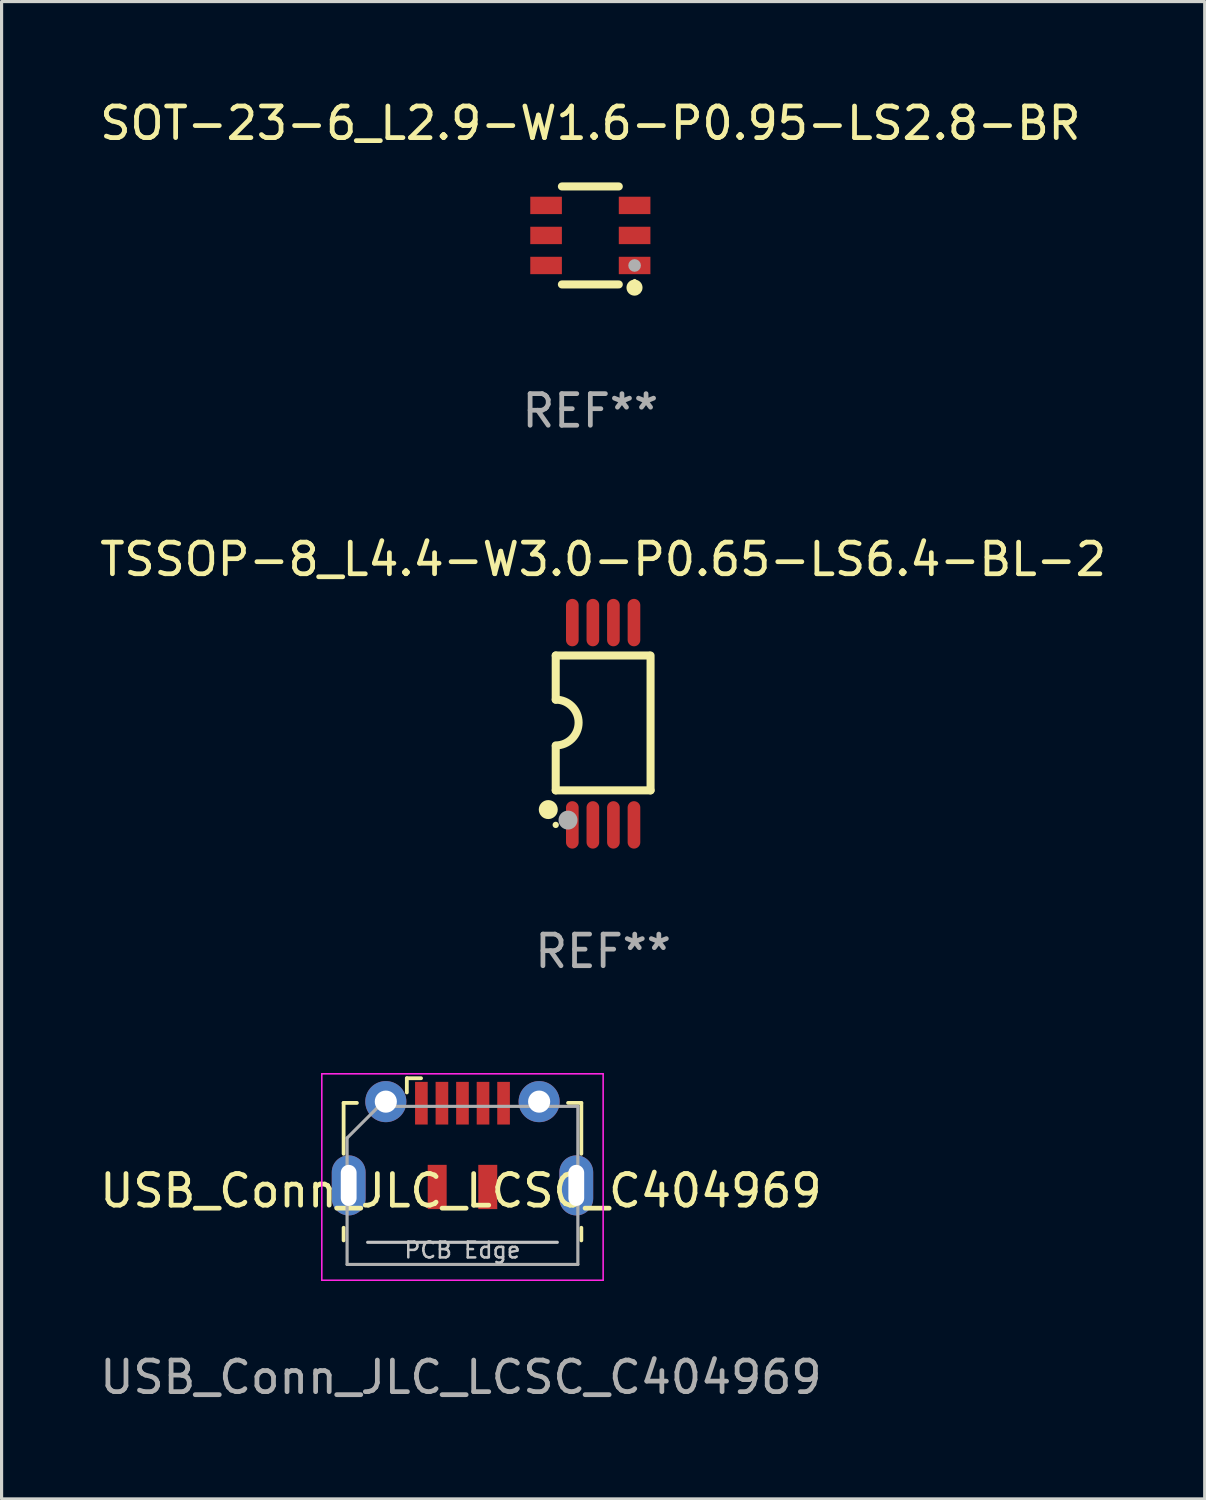
<source format=kicad_pcb>
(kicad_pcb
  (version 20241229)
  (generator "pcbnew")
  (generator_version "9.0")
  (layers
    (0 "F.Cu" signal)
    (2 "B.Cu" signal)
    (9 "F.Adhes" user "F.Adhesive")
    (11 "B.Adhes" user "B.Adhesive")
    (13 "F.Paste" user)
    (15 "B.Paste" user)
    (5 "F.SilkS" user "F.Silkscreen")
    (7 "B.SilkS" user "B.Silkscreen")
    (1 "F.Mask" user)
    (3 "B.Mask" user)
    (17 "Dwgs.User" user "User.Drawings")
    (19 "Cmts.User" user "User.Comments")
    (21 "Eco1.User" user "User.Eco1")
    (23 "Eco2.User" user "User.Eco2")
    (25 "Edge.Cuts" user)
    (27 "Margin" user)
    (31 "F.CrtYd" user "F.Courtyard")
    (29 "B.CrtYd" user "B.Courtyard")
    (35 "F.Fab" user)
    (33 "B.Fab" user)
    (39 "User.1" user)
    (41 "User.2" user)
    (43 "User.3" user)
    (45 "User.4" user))
  (footprint "USB_Conn_JLC_LCSC_C404969"
    (layer "F.Cu")
    (at 11.53 35.119)
    (property "Reference" "USB_Conn_JLC_LCSC_C404969" (at 0 -0.5 0) (unlocked yes) (layer "F.SilkS") (effects (font (size 1 1) (thickness 0.15))))
    (attr smd)
    (fp_line (start -3.71 -3.28) (end -3.29 -3.28) (stroke (width 0.12) (type solid)) (layer "F.SilkS"))
    (fp_line (start -3.71 -1.67) (end -3.71 -3.28) (stroke (width 0.12) (type solid)) (layer "F.SilkS"))
    (fp_line (start -3.71 1.07) (end -3.71 0.67) (stroke (width 0.12) (type solid)) (layer "F.SilkS"))
    (fp_line (start -1.71 -3.61) (end -1.71 -4.06) (stroke (width 0.12) (type solid)) (layer "F.SilkS"))
    (fp_line (start -1.26 -4.06) (end -1.71 -4.06) (stroke (width 0.12) (type solid)) (layer "F.SilkS"))
    (fp_line (start 3.81 -3.28) (end 3.39 -3.28) (stroke (width 0.12) (type solid)) (layer "F.SilkS"))
    (fp_line (start 3.81 -1.67) (end 3.81 -3.28) (stroke (width 0.12) (type solid)) (layer "F.SilkS"))
    (fp_line (start 3.81 0.67) (end 3.81 1.07) (stroke (width 0.12) (type solid)) (layer "F.SilkS"))
    (fp_line (start 3.05 1.13) (end -2.95 1.13) (stroke (width 0.1) (type solid)) (layer "Dwgs.User"))
    (fp_line (start -4.4 -4.2) (end -4.4 2.33) (stroke (width 0.05) (type solid)) (layer "F.CrtYd"))
    (fp_line (start -4.4 -4.2) (end 4.5 -4.2) (stroke (width 0.05) (type solid)) (layer "F.CrtYd"))
    (fp_line (start -4.4 2.33) (end 4.5 2.33) (stroke (width 0.05) (type solid)) (layer "F.CrtYd"))
    (fp_line (start 4.5 -4.2) (end 4.5 2.33) (stroke (width 0.05) (type solid)) (layer "F.CrtYd"))
    (fp_line (start -3.6 -2.17) (end -2.6 -3.17) (stroke (width 0.1) (type solid)) (layer "F.Fab"))
    (fp_line (start -3.6 1.83) (end -3.6 -2.17) (stroke (width 0.1) (type solid)) (layer "F.Fab"))
    (fp_line (start -2.6 -3.17) (end 3.7 -3.17) (stroke (width 0.1) (type solid)) (layer "F.Fab"))
    (fp_line (start 3.7 -3.17) (end 3.7 1.83) (stroke (width 0.1) (type solid)) (layer "F.Fab"))
    (fp_line (start 3.7 1.83) (end -3.6 1.83) (stroke (width 0.1) (type solid)) (layer "F.Fab"))
    (fp_text user "PCB Edge" (at 0.05 1.38 0) (layer "Dwgs.User") (effects (font (size 0.5 0.5) (thickness 0.08))))
    (fp_text user "${REFERENCE}" (at 0 5.4 0) (unlocked yes) (layer "F.Fab") (effects (font (size 1 1) (thickness 0.15))))
    (pad "" smd oval (at -3.55 -0.67) (size 1.07 1.9) (layers "F.Paste"))
    (pad "" smd circle (at -2.375 -3.32) (size 1.3 1.3) (layers "F.Paste"))
    (pad "" smd circle (at 2.475 -3.32) (size 1.3 1.3) (layers "F.Paste"))
    (pad "" smd oval (at 3.65 -0.67) (size 1.07 1.9) (layers "F.Paste"))
    (pad "1" smd rect (at -1.25 -3.27) (size 0.4 1.35) (layers "F.Cu" "F.Mask" "F.Paste"))
    (pad "2" smd rect (at -0.6 -3.27) (size 0.4 1.35) (layers "F.Cu" "F.Mask" "F.Paste"))
    (pad "3" smd rect (at 0.05 -3.27) (size 0.4 1.35) (layers "F.Cu" "F.Mask" "F.Paste"))
    (pad "4" smd rect (at 0.7 -3.27) (size 0.4 1.35) (layers "F.Cu" "F.Mask" "F.Paste"))
    (pad "5" smd rect (at 1.35 -3.27) (size 0.4 1.35) (layers "F.Cu" "F.Mask" "F.Paste"))
    (pad "6" thru_hole oval (at -3.55 -0.67) (size 1.07 1.9) (drill oval 0.5 1.3) (layers "*.Cu" "*.Mask"))
    (pad "6" thru_hole oval (at -2.375 -3.32) (size 1.3 1.3) (drill 0.7) (layers "*.Cu" "*.Mask"))
    (pad "6" smd rect (at -0.75 -0.62) (size 0.6 1.4) (layers "F.Cu" "F.Mask" "F.Paste"))
    (pad "6" smd rect (at 0.85 -0.62) (size 0.6 1.4) (layers "F.Cu" "F.Mask" "F.Paste"))
    (pad "6" thru_hole oval (at 2.475 -3.32) (size 1.3 1.3) (drill 0.7) (layers "*.Cu" "*.Mask"))
    (pad "6" thru_hole oval (at 3.65 -0.67) (size 1.07 1.9) (drill oval 0.5 1.3) (layers "*.Cu" "*.Mask")))
  (footprint "TSSOP-8_L4.4-W3.0-P0.65-LS6.4-BL-2"
    (layer "F.Cu")
    (at 16.03 19.845)
    (property "Reference" "TSSOP-8_L4.4-W3.0-P0.65-LS6.4-BL-2" (at -0.000076 -5.2 0) (layer "F.SilkS") (effects (font (size 1 1) (thickness 0.15))))
    (attr through_hole)
    (fp_line (start -1.5 -0.762) (end -1.5 -2.159) (stroke (width 0.254) (type solid)) (layer "F.SilkS"))
    (fp_line (start -1.5 2.108) (end -1.5 0.711) (stroke (width 0.254) (type solid)) (layer "F.SilkS"))
    (fp_line (start -1.5 2.108) (end 1.5 2.108) (stroke (width 0.254) (type solid)) (layer "F.SilkS"))
    (fp_line (start 1.463 -2.159) (end -1.5 -2.159) (stroke (width 0.254) (type solid)) (layer "F.SilkS"))
    (fp_line (start 1.5 2.108) (end 1.5 -2.159) (stroke (width 0.254) (type solid)) (layer "F.SilkS"))
    (fp_arc (start -1.734823 2.565405) (mid -1.736303 2.865424) (end -1.736944 2.565402) (stroke (width 0.3) (type solid)) (layer "F.SilkS"))
    (fp_arc (start -1.500152 -0.762002) (mid -0.776251 -0.038099) (end -1.500154 0.685802) (stroke (width 0.254001) (type solid)) (layer "F.SilkS"))
    (fp_circle (center -1.5 3.2) (end -1.45 3.2) (stroke (width 0.1) (type solid)) (fill no) (layer "F.SilkS"))
    (fp_circle (center -1.112 3.048) (end -0.962 3.048) (stroke (width 0.3) (type solid)) (fill no) (layer "F.Fab"))
    (fp_text user "REF**" (at -0.000076 7.2 0) (layer "F.Fab") (effects (font (size 1 1) (thickness 0.15))))
    (pad "1" smd oval (at -0.975 3.2 180) (size 0.4 1.5) (layers "F.Cu" "F.Mask" "F.Paste"))
    (pad "2" smd oval (at -0.325 3.2 180) (size 0.4 1.5) (layers "F.Cu" "F.Mask" "F.Paste"))
    (pad "3" smd oval (at 0.325 3.2 180) (size 0.4 1.5) (layers "F.Cu" "F.Mask" "F.Paste"))
    (pad "4" smd oval (at 0.975 3.2 180) (size 0.4 1.5) (layers "F.Cu" "F.Mask" "F.Paste"))
    (pad "5" smd oval (at 0.975 -3.2 180) (size 0.4 1.5) (layers "F.Cu" "F.Mask" "F.Paste"))
    (pad "6" smd oval (at 0.325 -3.2 180) (size 0.4 1.5) (layers "F.Cu" "F.Mask" "F.Paste"))
    (pad "7" smd oval (at -0.325 -3.2 180) (size 0.4 1.5) (layers "F.Cu" "F.Mask" "F.Paste"))
    (pad "8" smd oval (at -0.975 -3.2 180) (size 0.4 1.5) (layers "F.Cu" "F.Mask" "F.Paste")))
  (footprint "SOT-23-6_L2.9-W1.6-P0.95-LS2.8-BR"
    (layer "F.Cu")
    (at 15.625 4.398)
    (property "Reference" "SOT-23-6_L2.9-W1.6-P0.95-LS2.8-BR" (at 0 -3.55 0) (layer "F.SilkS") (effects (font (size 1 1) (thickness 0.15))))
    (attr through_hole)
    (fp_line (start -0.9 -1.55) (end 0.9 -1.55) (stroke (width 0.254) (type solid)) (layer "F.SilkS"))
    (fp_line (start -0.9 1.55) (end 0.9 1.55) (stroke (width 0.254) (type solid)) (layer "F.SilkS"))
    (fp_circle (center 1.397 1.651) (end 1.524 1.651) (stroke (width 0.254) (type solid)) (fill no) (layer "F.SilkS"))
    (fp_circle (center 1.4 1.435) (end 1.43 1.435) (stroke (width 0.06) (type solid)) (fill no) (layer "F.SilkS"))
    (fp_circle (center 1.4 0.95) (end 1.5 0.95) (stroke (width 0.2) (type solid)) (fill no) (layer "F.Fab"))
    (fp_text user "REF**" (at 0 5.55 0) (layer "F.Fab") (effects (font (size 1 1) (thickness 0.15))))
    (pad "1" smd rect (at 1.4 0.95) (size 1 0.55) (layers "F.Cu" "F.Mask" "F.Paste"))
    (pad "2" smd rect (at 1.4 0) (size 1 0.55) (layers "F.Cu" "F.Mask" "F.Paste"))
    (pad "3" smd rect (at 1.4 -0.95) (size 1 0.55) (layers "F.Cu" "F.Mask" "F.Paste"))
    (pad "4" smd rect (at -1.4 -0.95) (size 1 0.55) (layers "F.Cu" "F.Mask" "F.Paste"))
    (pad "5" smd rect (at -1.4 0) (size 1 0.55) (layers "F.Cu" "F.Mask" "F.Paste"))
    (pad "6" smd rect (at -1.4 0.95) (size 1 0.55) (layers "F.Cu" "F.Mask" "F.Paste")))
  (gr_rect
    (start -3 -3)
    (end 35.06 44.367)
    (stroke (width 0.1) (type default))
    (fill no)
    (layer "Edge.Cuts")))
</source>
